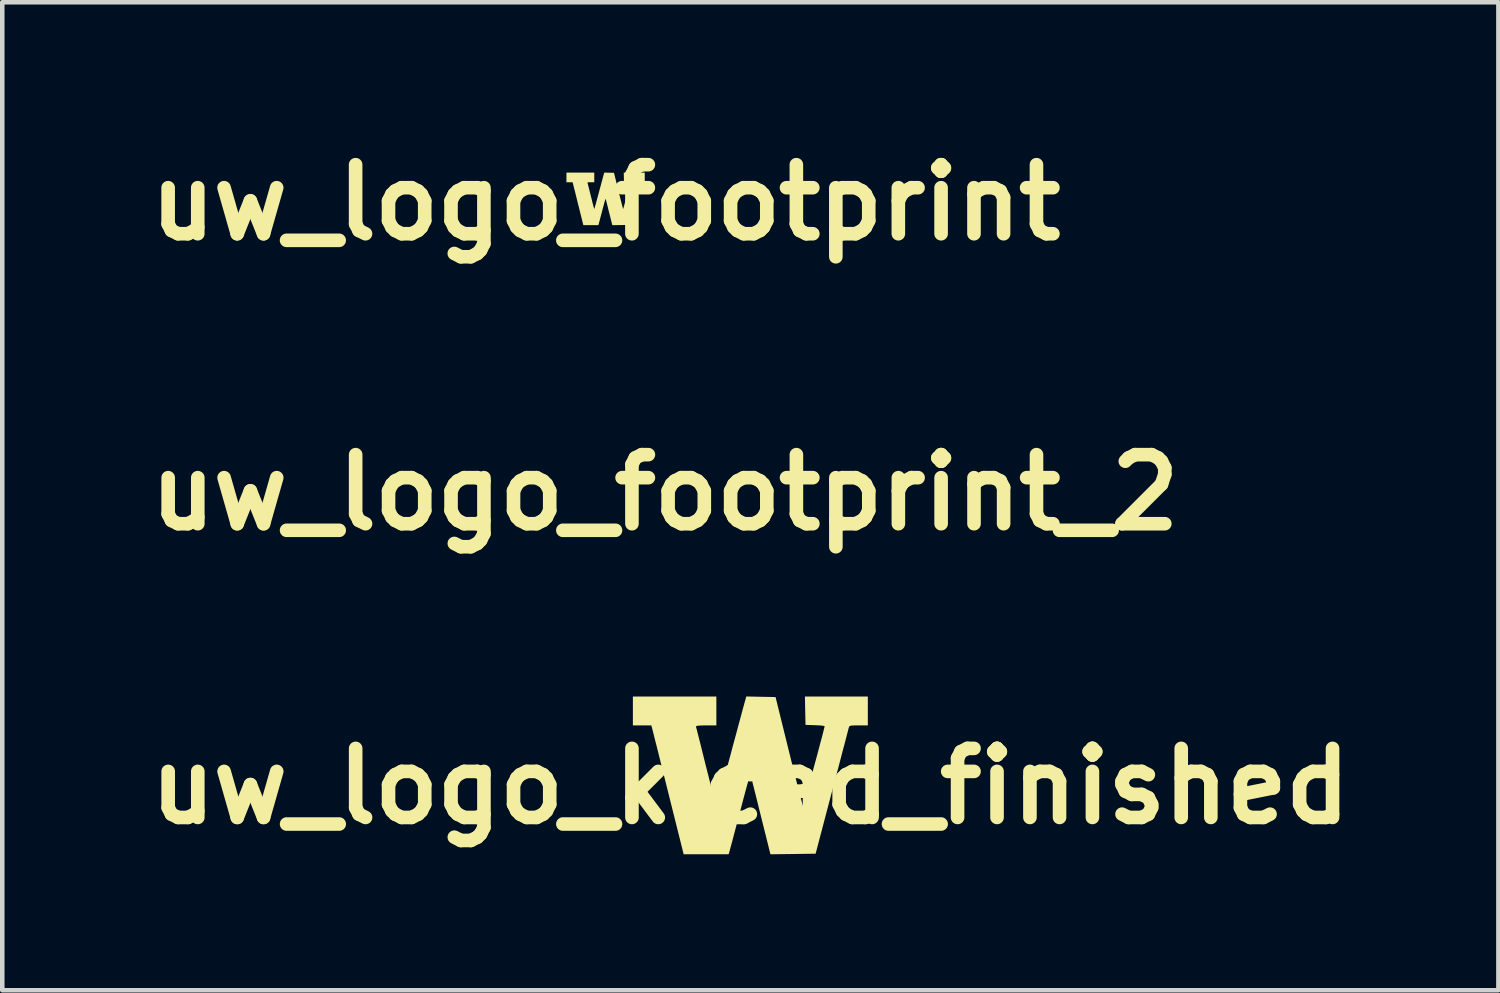
<source format=kicad_pcb>
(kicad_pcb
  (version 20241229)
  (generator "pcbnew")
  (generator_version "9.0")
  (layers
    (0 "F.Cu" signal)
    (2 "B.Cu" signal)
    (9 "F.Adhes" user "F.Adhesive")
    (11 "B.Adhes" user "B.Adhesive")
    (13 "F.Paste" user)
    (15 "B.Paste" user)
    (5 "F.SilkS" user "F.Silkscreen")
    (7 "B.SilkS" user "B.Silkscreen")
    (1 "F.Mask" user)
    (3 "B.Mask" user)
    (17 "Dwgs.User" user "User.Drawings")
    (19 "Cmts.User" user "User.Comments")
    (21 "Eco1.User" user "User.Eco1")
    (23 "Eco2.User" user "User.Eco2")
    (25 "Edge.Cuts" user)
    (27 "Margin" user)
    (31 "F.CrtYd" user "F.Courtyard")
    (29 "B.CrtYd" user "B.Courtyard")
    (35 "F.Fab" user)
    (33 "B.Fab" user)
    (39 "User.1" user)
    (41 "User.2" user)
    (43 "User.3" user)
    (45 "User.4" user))
  (footprint "uw_logo_footprint_2"
    (layer "F.Cu")
    (at 11.619 7.816)
    (property "Reference" "uw_logo_footprint_2" (at 0 0 0) (layer "F.SilkS") (effects (font (size 1.524 1.524) (thickness 0.3))))
    (attr board_only exclude_from_pos_files exclude_from_bom)
    (fp_poly (pts (xy 0.234 -1.973) (xy 0.556 -1.967) (xy 0.852 -0.768) (xy 0.908 -0.542) (xy 0.961 -0.33) (xy 1.01 -0.136) (xy 1.054 0.036) (xy 1.092 0.182) (xy 1.122 0.298) (xy 1.145 0.381) (xy 1.158 0.425) (xy 1.161 0.432) (xy 1.169 0.411) (xy 1.187 0.352) (xy 1.213 0.26) (xy 1.247 0.141) (xy 1.286 0.001) (xy 1.329 -0.155) (xy 1.374 -0.32) (xy 1.42 -0.49) (xy 1.466 -0.658) (xy 1.509 -0.82) (xy 1.548 -0.968) (xy 1.583 -1.098) (xy 1.61 -1.203) (xy 1.629 -1.279) (xy 1.638 -1.319) (xy 1.638 -1.324) (xy 1.617 -1.331) (xy 1.56 -1.339) (xy 1.478 -1.344) (xy 1.427 -1.346) (xy 1.217 -1.353) (xy 1.21 -1.666) (xy 1.204 -1.978) (xy 2.592 -1.978) (xy 2.592 -1.342) (xy 2.388 -1.342) (xy 2.291 -1.341) (xy 2.23 -1.338) (xy 2.196 -1.329) (xy 2.179 -1.313) (xy 2.17 -1.285) (xy 2.168 -1.279) (xy 2.16 -1.246) (xy 2.141 -1.174) (xy 2.113 -1.065) (xy 2.076 -0.924) (xy 2.031 -0.756) (xy 1.981 -0.563) (xy 1.925 -0.35) (xy 1.864 -0.121) (xy 1.801 0.12) (xy 1.796 0.136) (xy 1.44 1.489) (xy 0.941 1.496) (xy 0.443 1.502) (xy 0.24 0.688) (xy 0.193 0.5) (xy 0.149 0.322) (xy 0.109 0.161) (xy 0.074 0.023) (xy 0.046 -0.088) (xy 0.026 -0.166) (xy 0.016 -0.205) (xy 0.01 -0.222) (xy 0.002 -0.227) (xy -0.008 -0.216) (xy -0.022 -0.185) (xy -0.04 -0.13) (xy -0.065 -0.048) (xy -0.096 0.066) (xy -0.136 0.214) (xy -0.185 0.4) (xy -0.218 0.523) (xy -0.267 0.711) (xy -0.314 0.888) (xy -0.356 1.049) (xy -0.393 1.188) (xy -0.423 1.299) (xy -0.444 1.377) (xy -0.454 1.416) (xy -0.479 1.501) (xy -1.472 1.501) (xy -1.806 0.165) (xy -1.866 -0.076) (xy -1.924 -0.307) (xy -1.978 -0.521) (xy -2.026 -0.717) (xy -2.069 -0.888) (xy -2.106 -1.032) (xy -2.134 -1.144) (xy -2.153 -1.221) (xy -2.162 -1.256) (xy -2.185 -1.342) (xy -2.592 -1.342) (xy -2.592 -1.978) (xy -0.75 -1.978) (xy -0.75 -1.342) (xy -0.98 -1.342) (xy -1.089 -1.34) (xy -1.158 -1.335) (xy -1.193 -1.327) (xy -1.2 -1.313) (xy -1.192 -1.285) (xy -1.175 -1.219) (xy -1.149 -1.117) (xy -1.116 -0.987) (xy -1.077 -0.832) (xy -1.034 -0.658) (xy -0.987 -0.469) (xy -0.976 -0.426) (xy -0.928 -0.237) (xy -0.884 -0.061) (xy -0.844 0.095) (xy -0.809 0.227) (xy -0.782 0.33) (xy -0.762 0.399) (xy -0.752 0.431) (xy -0.751 0.432) (xy -0.743 0.411) (xy -0.724 0.349) (xy -0.696 0.253) (xy -0.66 0.125) (xy -0.617 -0.031) (xy -0.568 -0.21) (xy -0.515 -0.407) (xy -0.458 -0.62) (xy -0.445 -0.665) (xy -0.387 -0.885) (xy -0.33 -1.094) (xy -0.278 -1.288) (xy -0.231 -1.462) (xy -0.191 -1.612) (xy -0.158 -1.733) (xy -0.134 -1.82) (xy -0.121 -1.868) (xy -0.12 -1.871) (xy -0.089 -1.98)) (stroke (width 0) (type solid)) (fill yes) (layer "F.Mask")))
  (footprint "uw_logo_kicad_finished"
    (layer "F.Cu")
    (at 13.506 14.297)
    (property "Reference" "uw_logo_kicad_finished" (at 0 0 0) (layer "F.SilkS") (effects (font (size 1.524 1.524) (thickness 0.3))))
    (attr board_only exclude_from_pos_files exclude_from_bom)
    (fp_poly (pts (xy 0.234 -1.973) (xy 0.556 -1.967) (xy 0.852 -0.768) (xy 0.908 -0.542) (xy 0.961 -0.33) (xy 1.01 -0.136) (xy 1.054 0.036) (xy 1.092 0.182) (xy 1.122 0.298) (xy 1.145 0.381) (xy 1.158 0.425) (xy 1.161 0.432) (xy 1.169 0.411) (xy 1.187 0.352) (xy 1.213 0.26) (xy 1.247 0.141) (xy 1.286 0.001) (xy 1.329 -0.155) (xy 1.374 -0.32) (xy 1.42 -0.49) (xy 1.466 -0.658) (xy 1.509 -0.82) (xy 1.548 -0.968) (xy 1.583 -1.098) (xy 1.61 -1.203) (xy 1.629 -1.279) (xy 1.638 -1.319) (xy 1.638 -1.324) (xy 1.617 -1.331) (xy 1.56 -1.339) (xy 1.478 -1.344) (xy 1.427 -1.346) (xy 1.217 -1.353) (xy 1.21 -1.666) (xy 1.204 -1.978) (xy 2.592 -1.978) (xy 2.592 -1.342) (xy 2.388 -1.342) (xy 2.291 -1.341) (xy 2.23 -1.338) (xy 2.196 -1.329) (xy 2.179 -1.313) (xy 2.17 -1.285) (xy 2.168 -1.279) (xy 2.16 -1.246) (xy 2.141 -1.174) (xy 2.113 -1.065) (xy 2.076 -0.924) (xy 2.031 -0.756) (xy 1.981 -0.563) (xy 1.925 -0.35) (xy 1.864 -0.121) (xy 1.801 0.12) (xy 1.796 0.136) (xy 1.44 1.489) (xy 0.941 1.496) (xy 0.443 1.502) (xy 0.24 0.688) (xy 0.193 0.5) (xy 0.149 0.322) (xy 0.109 0.161) (xy 0.074 0.023) (xy 0.046 -0.088) (xy 0.026 -0.166) (xy 0.016 -0.205) (xy 0.01 -0.222) (xy 0.002 -0.227) (xy -0.008 -0.216) (xy -0.022 -0.185) (xy -0.04 -0.13) (xy -0.065 -0.048) (xy -0.096 0.066) (xy -0.136 0.214) (xy -0.185 0.4) (xy -0.218 0.523) (xy -0.267 0.711) (xy -0.314 0.888) (xy -0.356 1.049) (xy -0.393 1.188) (xy -0.423 1.299) (xy -0.444 1.377) (xy -0.454 1.416) (xy -0.479 1.501) (xy -1.472 1.501) (xy -1.806 0.165) (xy -1.866 -0.076) (xy -1.924 -0.307) (xy -1.978 -0.521) (xy -2.026 -0.717) (xy -2.069 -0.888) (xy -2.106 -1.032) (xy -2.134 -1.144) (xy -2.153 -1.221) (xy -2.162 -1.256) (xy -2.185 -1.342) (xy -2.592 -1.342) (xy -2.592 -1.978) (xy -0.75 -1.978) (xy -0.75 -1.342) (xy -0.98 -1.342) (xy -1.089 -1.34) (xy -1.158 -1.335) (xy -1.193 -1.327) (xy -1.2 -1.313) (xy -1.192 -1.285) (xy -1.175 -1.219) (xy -1.149 -1.117) (xy -1.116 -0.987) (xy -1.077 -0.832) (xy -1.034 -0.658) (xy -0.987 -0.469) (xy -0.976 -0.426) (xy -0.928 -0.237) (xy -0.884 -0.061) (xy -0.844 0.095) (xy -0.809 0.227) (xy -0.782 0.33) (xy -0.762 0.399) (xy -0.752 0.431) (xy -0.751 0.432) (xy -0.743 0.411) (xy -0.724 0.349) (xy -0.696 0.253) (xy -0.66 0.125) (xy -0.617 -0.031) (xy -0.568 -0.21) (xy -0.515 -0.407) (xy -0.458 -0.62) (xy -0.445 -0.665) (xy -0.387 -0.885) (xy -0.33 -1.094) (xy -0.278 -1.288) (xy -0.231 -1.462) (xy -0.191 -1.612) (xy -0.158 -1.733) (xy -0.134 -1.82) (xy -0.121 -1.868) (xy -0.12 -1.871) (xy -0.089 -1.98)) (stroke (width 0) (type solid)) (fill yes) (layer "F.SilkS")))
  (footprint "uw_logo_footprint"
    (layer "F.Cu")
    (at 10.312 1.418)
    (property "Reference" "uw_logo_footprint" (at 0 0 0) (layer "F.SilkS") (effects (font (size 1.524 1.524) (thickness 0.3))))
    (attr board_only exclude_from_pos_files exclude_from_bom)
    (fp_poly (pts (xy 0.185 -0.655) (xy 0.284 -0.256) (xy 0.303 -0.181) (xy 0.32 -0.11) (xy 0.337 -0.045) (xy 0.351 0.012) (xy 0.364 0.061) (xy 0.374 0.099) (xy 0.381 0.127) (xy 0.386 0.142) (xy 0.387 0.144) (xy 0.389 0.137) (xy 0.395 0.117) (xy 0.404 0.087) (xy 0.415 0.047) (xy 0.428 0.000273) (xy 0.443 -0.052) (xy 0.458 -0.107) (xy 0.473 -0.163) (xy 0.488 -0.219) (xy 0.503 -0.273) (xy 0.516 -0.323) (xy 0.527 -0.366) (xy 0.536 -0.401) (xy 0.543 -0.426) (xy 0.546 -0.44) (xy 0.546 -0.441) (xy 0.539 -0.444) (xy 0.52 -0.446) (xy 0.492 -0.448) (xy 0.475 -0.449) (xy 0.405 -0.451) (xy 0.403 -0.555) (xy 0.401 -0.659) (xy 0.864 -0.659) (xy 0.864 -0.447) (xy 0.796 -0.447) (xy 0.764 -0.447) (xy 0.743 -0.446) (xy 0.732 -0.443) (xy 0.726 -0.437) (xy 0.723 -0.428) (xy 0.723 -0.426) (xy 0.72 -0.415) (xy 0.713 -0.391) (xy 0.704 -0.355) (xy 0.692 -0.308) (xy 0.677 -0.252) (xy 0.66 -0.188) (xy 0.641 -0.117) (xy 0.621 -0.04) (xy 0.6 0.04) (xy 0.599 0.045) (xy 0.48 0.496) (xy 0.314 0.498) (xy 0.148 0.5) (xy 0.08 0.229) (xy 0.064 0.167) (xy 0.05 0.107) (xy 0.036 0.054) (xy 0.025 0.008) (xy 0.015 -0.029) (xy 0.009 -0.055) (xy 0.005 -0.068) (xy 0.003 -0.074) (xy 0.001 -0.076) (xy -0.003 -0.072) (xy -0.007 -0.062) (xy -0.013 -0.043) (xy -0.022 -0.016) (xy -0.032 0.022) (xy -0.045 0.071) (xy -0.062 0.133) (xy -0.073 0.174) (xy -0.089 0.237) (xy -0.105 0.296) (xy -0.119 0.349) (xy -0.131 0.396) (xy -0.141 0.433) (xy -0.148 0.459) (xy -0.151 0.472) (xy -0.16 0.5) (xy -0.491 0.5) (xy -0.602 0.055) (xy -0.622 -0.025) (xy -0.641 -0.102) (xy -0.659 -0.174) (xy -0.675 -0.239) (xy -0.69 -0.296) (xy -0.702 -0.344) (xy -0.711 -0.381) (xy -0.717 -0.407) (xy -0.721 -0.419) (xy -0.728 -0.447) (xy -0.864 -0.447) (xy -0.864 -0.659) (xy -0.25 -0.659) (xy -0.25 -0.447) (xy -0.327 -0.447) (xy -0.363 -0.447) (xy -0.386 -0.445) (xy -0.398 -0.442) (xy -0.4 -0.438) (xy -0.397 -0.428) (xy -0.391 -0.406) (xy -0.383 -0.372) (xy -0.372 -0.329) (xy -0.359 -0.277) (xy -0.344 -0.219) (xy -0.329 -0.156) (xy -0.325 -0.142) (xy -0.309 -0.079) (xy -0.295 -0.02) (xy -0.281 0.032) (xy -0.27 0.075) (xy -0.26 0.11) (xy -0.254 0.133) (xy -0.25 0.143) (xy -0.25 0.144) (xy -0.248 0.137) (xy -0.241 0.116) (xy -0.232 0.084) (xy -0.22 0.042) (xy -0.206 -0.01) (xy -0.189 -0.07) (xy -0.172 -0.136) (xy -0.152 -0.206) (xy -0.148 -0.222) (xy -0.129 -0.295) (xy -0.11 -0.364) (xy -0.093 -0.429) (xy -0.077 -0.487) (xy -0.064 -0.537) (xy -0.053 -0.577) (xy -0.045 -0.606) (xy -0.04 -0.622) (xy -0.04 -0.623) (xy -0.03 -0.66)) (stroke (width 0) (type solid)) (fill yes) (layer "F.SilkS")))
  (gr_rect
    (start -3 -3)
    (end 30.011 18.799)
    (stroke (width 0.1) (type default))
    (fill no)
    (layer "Edge.Cuts")))
</source>
